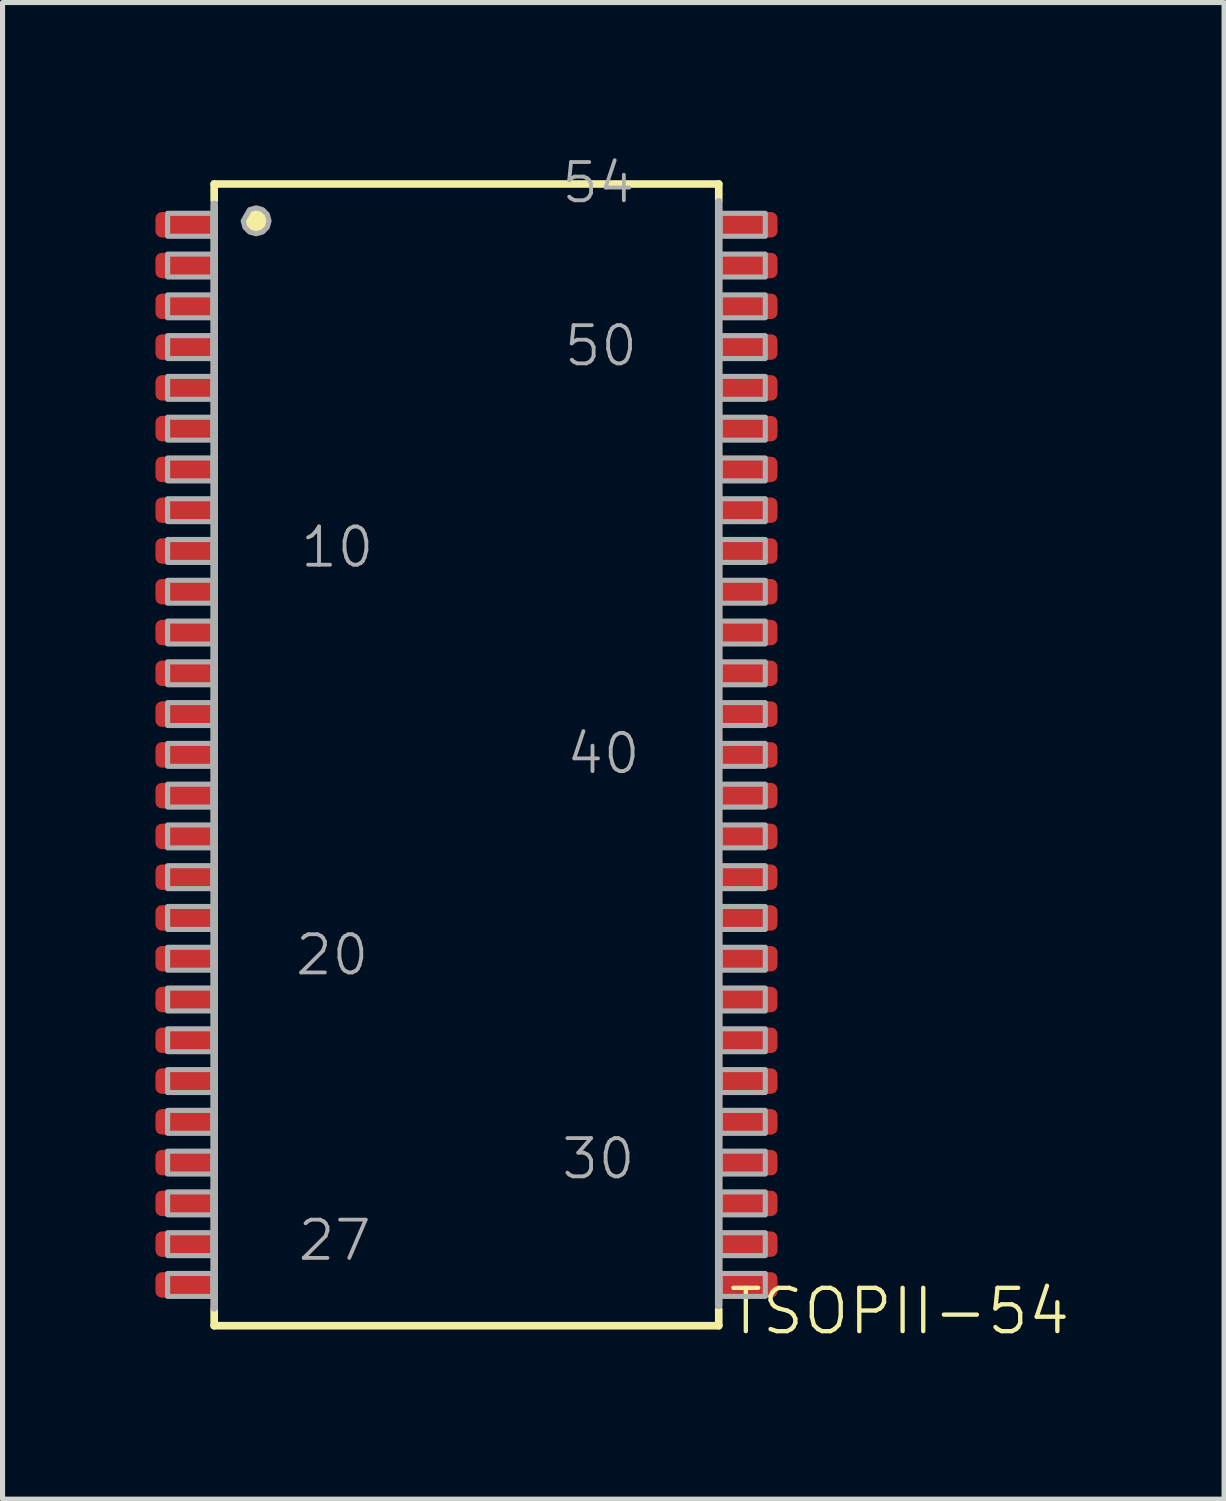
<source format=kicad_pcb>
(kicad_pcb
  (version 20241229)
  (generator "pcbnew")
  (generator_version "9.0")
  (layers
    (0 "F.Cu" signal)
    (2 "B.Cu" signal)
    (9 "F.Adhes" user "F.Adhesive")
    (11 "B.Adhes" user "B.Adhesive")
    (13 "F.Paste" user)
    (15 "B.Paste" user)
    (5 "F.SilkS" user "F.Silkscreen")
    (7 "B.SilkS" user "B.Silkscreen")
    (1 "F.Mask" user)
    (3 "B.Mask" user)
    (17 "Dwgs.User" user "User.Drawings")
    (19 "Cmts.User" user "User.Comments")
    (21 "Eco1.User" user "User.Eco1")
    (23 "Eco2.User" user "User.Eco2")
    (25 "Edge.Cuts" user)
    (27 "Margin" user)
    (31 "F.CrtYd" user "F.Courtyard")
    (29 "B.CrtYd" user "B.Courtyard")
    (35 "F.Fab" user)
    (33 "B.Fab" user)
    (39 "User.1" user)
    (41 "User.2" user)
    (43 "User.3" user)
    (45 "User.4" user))
  (footprint "TSOPII-54"
    (layer "F.Cu")
    (at 6.102 11.76)
    (property "Reference" "TSOPII-54" (at 5.101 11.415 180) (layer "F.SilkS") (effects (font (size 0.85 0.85) (thickness 0.085)) (justify left bottom)))
    (attr smd)
    (fp_line (start -4.95 -11.2) (end -4.95 -10.875) (stroke (width 0.15) (type solid)) (layer "F.SilkS"))
    (fp_line (start -4.95 11.2) (end -4.95 10.875) (stroke (width 0.15) (type solid)) (layer "F.SilkS"))
    (fp_line (start -4.95 11.2) (end 4.95 11.2) (stroke (width 0.15) (type solid)) (layer "F.SilkS"))
    (fp_line (start 4.95 -11.2) (end -4.95 -11.2) (stroke (width 0.15) (type solid)) (layer "F.SilkS"))
    (fp_line (start 4.95 -11.2) (end 4.95 -10.875) (stroke (width 0.15) (type solid)) (layer "F.SilkS"))
    (fp_line (start 4.95 11.2) (end 4.95 10.875) (stroke (width 0.15) (type solid)) (layer "F.SilkS"))
    (fp_poly (pts (xy -4.381 -10.477) (xy -4.347 -10.351) (xy -4.255 -10.258) (xy -4.128 -10.223) (xy -4 -10.258) (xy -3.908 -10.351) (xy -3.873 -10.477) (xy -3.908 -10.604) (xy -4 -10.697) (xy -4.128 -10.732) (xy -4.255 -10.697)) (stroke (width 0) (type solid)) (fill yes) (layer "F.SilkS"))
    (fp_line (start -4.95 -10.8) (end -4.95 10.85) (stroke (width 0.15) (type solid)) (layer "F.Fab"))
    (fp_line (start 4.95 10.8) (end 4.95 -10.85) (stroke (width 0.15) (type solid)) (layer "F.Fab"))
    (fp_poly (pts (xy -5.863 -10.625) (xy -5.863 -10.175) (xy -4.975 -10.175) (xy -4.975 -10.625)) (stroke (width 0.1) (type solid)) (fill no) (layer "F.Fab"))
    (fp_poly (pts (xy -5.863 -9.825) (xy -5.863 -9.375) (xy -4.975 -9.375) (xy -4.975 -9.825)) (stroke (width 0.1) (type solid)) (fill no) (layer "F.Fab"))
    (fp_poly (pts (xy -5.863 -9.025) (xy -5.863 -8.575) (xy -4.975 -8.575) (xy -4.975 -9.025)) (stroke (width 0.1) (type solid)) (fill no) (layer "F.Fab"))
    (fp_poly (pts (xy -5.863 -8.225) (xy -5.863 -7.775) (xy -4.975 -7.775) (xy -4.975 -8.225)) (stroke (width 0.1) (type solid)) (fill no) (layer "F.Fab"))
    (fp_poly (pts (xy -5.863 -7.425) (xy -5.863 -6.975) (xy -4.975 -6.975) (xy -4.975 -7.425)) (stroke (width 0.1) (type solid)) (fill no) (layer "F.Fab"))
    (fp_poly (pts (xy -5.863 -6.625) (xy -5.863 -6.175) (xy -4.975 -6.175) (xy -4.975 -6.625)) (stroke (width 0.1) (type solid)) (fill no) (layer "F.Fab"))
    (fp_poly (pts (xy -5.863 -5.825) (xy -5.863 -5.375) (xy -4.975 -5.375) (xy -4.975 -5.825)) (stroke (width 0.1) (type solid)) (fill no) (layer "F.Fab"))
    (fp_poly (pts (xy -5.863 -5.025) (xy -5.863 -4.575) (xy -4.975 -4.575) (xy -4.975 -5.025)) (stroke (width 0.1) (type solid)) (fill no) (layer "F.Fab"))
    (fp_poly (pts (xy -5.863 -4.225) (xy -5.863 -3.775) (xy -4.975 -3.775) (xy -4.975 -4.225)) (stroke (width 0.1) (type solid)) (fill no) (layer "F.Fab"))
    (fp_poly (pts (xy -5.863 -3.425) (xy -5.863 -2.975) (xy -4.975 -2.975) (xy -4.975 -3.425)) (stroke (width 0.1) (type solid)) (fill no) (layer "F.Fab"))
    (fp_poly (pts (xy -5.863 -2.625) (xy -5.863 -2.175) (xy -4.975 -2.175) (xy -4.975 -2.625)) (stroke (width 0.1) (type solid)) (fill no) (layer "F.Fab"))
    (fp_poly (pts (xy -5.863 -1.825) (xy -5.863 -1.375) (xy -4.975 -1.375) (xy -4.975 -1.825)) (stroke (width 0.1) (type solid)) (fill no) (layer "F.Fab"))
    (fp_poly (pts (xy -5.863 -1.025) (xy -5.863 -0.575) (xy -4.975 -0.575) (xy -4.975 -1.025)) (stroke (width 0.1) (type solid)) (fill no) (layer "F.Fab"))
    (fp_poly (pts (xy -5.863 -0.225) (xy -5.863 0.225) (xy -4.975 0.225) (xy -4.975 -0.225)) (stroke (width 0.1) (type solid)) (fill no) (layer "F.Fab"))
    (fp_poly (pts (xy -5.863 0.575) (xy -5.863 1.025) (xy -4.975 1.025) (xy -4.975 0.575)) (stroke (width 0.1) (type solid)) (fill no) (layer "F.Fab"))
    (fp_poly (pts (xy -5.863 1.375) (xy -5.863 1.825) (xy -4.975 1.825) (xy -4.975 1.375)) (stroke (width 0.1) (type solid)) (fill no) (layer "F.Fab"))
    (fp_poly (pts (xy -5.863 2.175) (xy -5.863 2.625) (xy -4.975 2.625) (xy -4.975 2.175)) (stroke (width 0.1) (type solid)) (fill no) (layer "F.Fab"))
    (fp_poly (pts (xy -5.863 2.975) (xy -5.863 3.425) (xy -4.975 3.425) (xy -4.975 2.975)) (stroke (width 0.1) (type solid)) (fill no) (layer "F.Fab"))
    (fp_poly (pts (xy -5.863 3.775) (xy -5.863 4.225) (xy -4.975 4.225) (xy -4.975 3.775)) (stroke (width 0.1) (type solid)) (fill no) (layer "F.Fab"))
    (fp_poly (pts (xy -5.863 4.575) (xy -5.863 5.025) (xy -4.975 5.025) (xy -4.975 4.575)) (stroke (width 0.1) (type solid)) (fill no) (layer "F.Fab"))
    (fp_poly (pts (xy -5.863 5.375) (xy -5.863 5.825) (xy -4.975 5.825) (xy -4.975 5.375)) (stroke (width 0.1) (type solid)) (fill no) (layer "F.Fab"))
    (fp_poly (pts (xy -5.863 6.175) (xy -5.863 6.625) (xy -4.975 6.625) (xy -4.975 6.175)) (stroke (width 0.1) (type solid)) (fill no) (layer "F.Fab"))
    (fp_poly (pts (xy -5.863 6.975) (xy -5.863 7.425) (xy -4.975 7.425) (xy -4.975 6.975)) (stroke (width 0.1) (type solid)) (fill no) (layer "F.Fab"))
    (fp_poly (pts (xy -5.863 7.775) (xy -5.863 8.225) (xy -4.975 8.225) (xy -4.975 7.775)) (stroke (width 0.1) (type solid)) (fill no) (layer "F.Fab"))
    (fp_poly (pts (xy -5.863 8.575) (xy -5.863 9.025) (xy -4.975 9.025) (xy -4.975 8.575)) (stroke (width 0.1) (type solid)) (fill no) (layer "F.Fab"))
    (fp_poly (pts (xy -5.863 9.375) (xy -5.863 9.825) (xy -4.975 9.825) (xy -4.975 9.375)) (stroke (width 0.1) (type solid)) (fill no) (layer "F.Fab"))
    (fp_poly (pts (xy -5.863 10.175) (xy -5.863 10.625) (xy -4.975 10.625) (xy -4.975 10.175)) (stroke (width 0.1) (type solid)) (fill no) (layer "F.Fab"))
    (fp_poly (pts (xy 5.863 -10.175) (xy 5.863 -10.625) (xy 4.975 -10.625) (xy 4.975 -10.175)) (stroke (width 0.1) (type solid)) (fill no) (layer "F.Fab"))
    (fp_poly (pts (xy 5.863 -9.375) (xy 5.863 -9.825) (xy 4.975 -9.825) (xy 4.975 -9.375)) (stroke (width 0.1) (type solid)) (fill no) (layer "F.Fab"))
    (fp_poly (pts (xy 5.863 -8.575) (xy 5.863 -9.025) (xy 4.975 -9.025) (xy 4.975 -8.575)) (stroke (width 0.1) (type solid)) (fill no) (layer "F.Fab"))
    (fp_poly (pts (xy 5.863 -7.775) (xy 5.863 -8.225) (xy 4.975 -8.225) (xy 4.975 -7.775)) (stroke (width 0.1) (type solid)) (fill no) (layer "F.Fab"))
    (fp_poly (pts (xy 5.863 -6.975) (xy 5.863 -7.425) (xy 4.975 -7.425) (xy 4.975 -6.975)) (stroke (width 0.1) (type solid)) (fill no) (layer "F.Fab"))
    (fp_poly (pts (xy 5.863 -6.175) (xy 5.863 -6.625) (xy 4.975 -6.625) (xy 4.975 -6.175)) (stroke (width 0.1) (type solid)) (fill no) (layer "F.Fab"))
    (fp_poly (pts (xy 5.863 -5.375) (xy 5.863 -5.825) (xy 4.975 -5.825) (xy 4.975 -5.375)) (stroke (width 0.1) (type solid)) (fill no) (layer "F.Fab"))
    (fp_poly (pts (xy 5.863 -4.575) (xy 5.863 -5.025) (xy 4.975 -5.025) (xy 4.975 -4.575)) (stroke (width 0.1) (type solid)) (fill no) (layer "F.Fab"))
    (fp_poly (pts (xy 5.863 -3.775) (xy 5.863 -4.225) (xy 4.975 -4.225) (xy 4.975 -3.775)) (stroke (width 0.1) (type solid)) (fill no) (layer "F.Fab"))
    (fp_poly (pts (xy 5.863 -2.975) (xy 5.863 -3.425) (xy 4.975 -3.425) (xy 4.975 -2.975)) (stroke (width 0.1) (type solid)) (fill no) (layer "F.Fab"))
    (fp_poly (pts (xy 5.863 -2.175) (xy 5.863 -2.625) (xy 4.975 -2.625) (xy 4.975 -2.175)) (stroke (width 0.1) (type solid)) (fill no) (layer "F.Fab"))
    (fp_poly (pts (xy 5.863 -1.375) (xy 5.863 -1.825) (xy 4.975 -1.825) (xy 4.975 -1.375)) (stroke (width 0.1) (type solid)) (fill no) (layer "F.Fab"))
    (fp_poly (pts (xy 5.863 -0.575) (xy 5.863 -1.025) (xy 4.975 -1.025) (xy 4.975 -0.575)) (stroke (width 0.1) (type solid)) (fill no) (layer "F.Fab"))
    (fp_poly (pts (xy 5.863 0.225) (xy 5.863 -0.225) (xy 4.975 -0.225) (xy 4.975 0.225)) (stroke (width 0.1) (type solid)) (fill no) (layer "F.Fab"))
    (fp_poly (pts (xy 5.863 1.025) (xy 5.863 0.575) (xy 4.975 0.575) (xy 4.975 1.025)) (stroke (width 0.1) (type solid)) (fill no) (layer "F.Fab"))
    (fp_poly (pts (xy 5.863 1.825) (xy 5.863 1.375) (xy 4.975 1.375) (xy 4.975 1.825)) (stroke (width 0.1) (type solid)) (fill no) (layer "F.Fab"))
    (fp_poly (pts (xy 5.863 2.625) (xy 5.863 2.175) (xy 4.975 2.175) (xy 4.975 2.625)) (stroke (width 0.1) (type solid)) (fill no) (layer "F.Fab"))
    (fp_poly (pts (xy 5.863 3.425) (xy 5.863 2.975) (xy 4.975 2.975) (xy 4.975 3.425)) (stroke (width 0.1) (type solid)) (fill no) (layer "F.Fab"))
    (fp_poly (pts (xy 5.863 4.225) (xy 5.863 3.775) (xy 4.975 3.775) (xy 4.975 4.225)) (stroke (width 0.1) (type solid)) (fill no) (layer "F.Fab"))
    (fp_poly (pts (xy 5.863 5.025) (xy 5.863 4.575) (xy 4.975 4.575) (xy 4.975 5.025)) (stroke (width 0.1) (type solid)) (fill no) (layer "F.Fab"))
    (fp_poly (pts (xy 5.863 5.825) (xy 5.863 5.375) (xy 4.975 5.375) (xy 4.975 5.825)) (stroke (width 0.1) (type solid)) (fill no) (layer "F.Fab"))
    (fp_poly (pts (xy 5.863 6.625) (xy 5.863 6.175) (xy 4.975 6.175) (xy 4.975 6.625)) (stroke (width 0.1) (type solid)) (fill no) (layer "F.Fab"))
    (fp_poly (pts (xy 5.863 7.425) (xy 5.863 6.975) (xy 4.975 6.975) (xy 4.975 7.425)) (stroke (width 0.1) (type solid)) (fill no) (layer "F.Fab"))
    (fp_poly (pts (xy 5.863 8.225) (xy 5.863 7.775) (xy 4.975 7.775) (xy 4.975 8.225)) (stroke (width 0.1) (type solid)) (fill no) (layer "F.Fab"))
    (fp_poly (pts (xy 5.863 9.025) (xy 5.863 8.575) (xy 4.975 8.575) (xy 4.975 9.025)) (stroke (width 0.1) (type solid)) (fill no) (layer "F.Fab"))
    (fp_poly (pts (xy 5.863 9.825) (xy 5.863 9.375) (xy 4.975 9.375) (xy 4.975 9.825)) (stroke (width 0.1) (type solid)) (fill no) (layer "F.Fab"))
    (fp_poly (pts (xy 5.863 10.625) (xy 5.863 10.175) (xy 4.975 10.175) (xy 4.975 10.625)) (stroke (width 0.1) (type solid)) (fill no) (layer "F.Fab"))
    (fp_poly (pts (xy -4.381 -10.477) (xy -4.347 -10.351) (xy -4.255 -10.258) (xy -4.128 -10.223) (xy -4 -10.258) (xy -3.908 -10.351) (xy -3.873 -10.477) (xy -3.908 -10.604) (xy -4 -10.697) (xy -4.128 -10.732) (xy -4.255 -10.697)) (stroke (width 0.1) (type solid)) (fill no) (layer "F.Fab"))
    (fp_text user "40" (at 3.451 0.415 180) (layer "F.Fab") (effects (font (size 0.75 0.75) (thickness 0.075)) (justify right bottom)))
    (fp_text user "10" (at -3.299 -3.635 0) (layer "F.Fab") (effects (font (size 0.75 0.75) (thickness 0.075)) (justify left bottom)))
    (fp_text user "54" (at 3.351 -10.785 180) (layer "F.Fab") (effects (font (size 0.75 0.75) (thickness 0.075)) (justify right bottom)))
    (fp_text user "20" (at -3.399 4.365 0) (layer "F.Fab") (effects (font (size 0.75 0.75) (thickness 0.075)) (justify left bottom)))
    (fp_text user "30" (at 3.351 8.365 0) (layer "F.Fab") (effects (font (size 0.75 0.75) (thickness 0.075)) (justify right bottom)))
    (fp_text user "27" (at -3.349 9.965 0) (layer "F.Fab") (effects (font (size 0.75 0.75) (thickness 0.075)) (justify left bottom)))
    (fp_text user "50" (at 3.401 -7.585 180) (layer "F.Fab") (effects (font (size 0.75 0.75) (thickness 0.075)) (justify right bottom)))
    (pad "1" smd roundrect (at -5.502 -10.4 270) (size 0.5 1.2) (layers "F.Cu" "F.Mask" "F.Paste") (roundrect_rratio 0.25))
    (pad "2" smd roundrect (at -5.502 -9.6 270) (size 0.5 1.2) (layers "F.Cu" "F.Mask" "F.Paste") (roundrect_rratio 0.25))
    (pad "3" smd roundrect (at -5.502 -8.8 270) (size 0.5 1.2) (layers "F.Cu" "F.Mask" "F.Paste") (roundrect_rratio 0.25))
    (pad "4" smd roundrect (at -5.502 -8 270) (size 0.5 1.2) (layers "F.Cu" "F.Mask" "F.Paste") (roundrect_rratio 0.25))
    (pad "5" smd roundrect (at -5.502 -7.2 270) (size 0.5 1.2) (layers "F.Cu" "F.Mask" "F.Paste") (roundrect_rratio 0.25))
    (pad "6" smd roundrect (at -5.502 -6.4 270) (size 0.5 1.2) (layers "F.Cu" "F.Mask" "F.Paste") (roundrect_rratio 0.25))
    (pad "7" smd roundrect (at -5.502 -5.6 270) (size 0.5 1.2) (layers "F.Cu" "F.Mask" "F.Paste") (roundrect_rratio 0.25))
    (pad "8" smd roundrect (at -5.502 -4.8 270) (size 0.5 1.2) (layers "F.Cu" "F.Mask" "F.Paste") (roundrect_rratio 0.25))
    (pad "9" smd roundrect (at -5.502 -4 270) (size 0.5 1.2) (layers "F.Cu" "F.Mask" "F.Paste") (roundrect_rratio 0.25))
    (pad "10" smd roundrect (at -5.502 -3.2 270) (size 0.5 1.2) (layers "F.Cu" "F.Mask" "F.Paste") (roundrect_rratio 0.25))
    (pad "11" smd roundrect (at -5.502 -2.4 270) (size 0.5 1.2) (layers "F.Cu" "F.Mask" "F.Paste") (roundrect_rratio 0.25))
    (pad "12" smd roundrect (at -5.502 -1.6 270) (size 0.5 1.2) (layers "F.Cu" "F.Mask" "F.Paste") (roundrect_rratio 0.25))
    (pad "13" smd roundrect (at -5.502 -0.8 270) (size 0.5 1.2) (layers "F.Cu" "F.Mask" "F.Paste") (roundrect_rratio 0.25))
    (pad "14" smd roundrect (at -5.502 0 270) (size 0.5 1.2) (layers "F.Cu" "F.Mask" "F.Paste") (roundrect_rratio 0.25))
    (pad "15" smd roundrect (at -5.502 0.8 270) (size 0.5 1.2) (layers "F.Cu" "F.Mask" "F.Paste") (roundrect_rratio 0.25))
    (pad "16" smd roundrect (at -5.502 1.6 270) (size 0.5 1.2) (layers "F.Cu" "F.Mask" "F.Paste") (roundrect_rratio 0.25))
    (pad "17" smd roundrect (at -5.502 2.4 270) (size 0.5 1.2) (layers "F.Cu" "F.Mask" "F.Paste") (roundrect_rratio 0.25))
    (pad "18" smd roundrect (at -5.502 3.2 270) (size 0.5 1.2) (layers "F.Cu" "F.Mask" "F.Paste") (roundrect_rratio 0.25))
    (pad "19" smd roundrect (at -5.502 4 270) (size 0.5 1.2) (layers "F.Cu" "F.Mask" "F.Paste") (roundrect_rratio 0.25))
    (pad "20" smd roundrect (at -5.502 4.8 270) (size 0.5 1.2) (layers "F.Cu" "F.Mask" "F.Paste") (roundrect_rratio 0.25))
    (pad "21" smd roundrect (at -5.502 5.6 270) (size 0.5 1.2) (layers "F.Cu" "F.Mask" "F.Paste") (roundrect_rratio 0.25))
    (pad "22" smd roundrect (at -5.502 6.4 270) (size 0.5 1.2) (layers "F.Cu" "F.Mask" "F.Paste") (roundrect_rratio 0.25))
    (pad "23" smd roundrect (at -5.502 7.2 270) (size 0.5 1.2) (layers "F.Cu" "F.Mask" "F.Paste") (roundrect_rratio 0.25))
    (pad "24" smd roundrect (at -5.502 8 270) (size 0.5 1.2) (layers "F.Cu" "F.Mask" "F.Paste") (roundrect_rratio 0.25))
    (pad "25" smd roundrect (at -5.502 8.8 270) (size 0.5 1.2) (layers "F.Cu" "F.Mask" "F.Paste") (roundrect_rratio 0.25))
    (pad "26" smd roundrect (at -5.502 9.6 270) (size 0.5 1.2) (layers "F.Cu" "F.Mask" "F.Paste") (roundrect_rratio 0.25))
    (pad "27" smd roundrect (at -5.502 10.4 270) (size 0.5 1.2) (layers "F.Cu" "F.Mask" "F.Paste") (roundrect_rratio 0.25))
    (pad "28" smd roundrect (at 5.502 10.4 90) (size 0.5 1.2) (layers "F.Cu" "F.Mask" "F.Paste") (roundrect_rratio 0.25))
    (pad "29" smd roundrect (at 5.502 9.6 90) (size 0.5 1.2) (layers "F.Cu" "F.Mask" "F.Paste") (roundrect_rratio 0.25))
    (pad "30" smd roundrect (at 5.502 8.8 90) (size 0.5 1.2) (layers "F.Cu" "F.Mask" "F.Paste") (roundrect_rratio 0.25))
    (pad "31" smd roundrect (at 5.502 8 90) (size 0.5 1.2) (layers "F.Cu" "F.Mask" "F.Paste") (roundrect_rratio 0.25))
    (pad "32" smd roundrect (at 5.502 7.2 90) (size 0.5 1.2) (layers "F.Cu" "F.Mask" "F.Paste") (roundrect_rratio 0.25))
    (pad "33" smd roundrect (at 5.502 6.4 90) (size 0.5 1.2) (layers "F.Cu" "F.Mask" "F.Paste") (roundrect_rratio 0.25))
    (pad "34" smd roundrect (at 5.502 5.6 90) (size 0.5 1.2) (layers "F.Cu" "F.Mask" "F.Paste") (roundrect_rratio 0.25))
    (pad "35" smd roundrect (at 5.502 4.8 90) (size 0.5 1.2) (layers "F.Cu" "F.Mask" "F.Paste") (roundrect_rratio 0.25))
    (pad "36" smd roundrect (at 5.502 4 90) (size 0.5 1.2) (layers "F.Cu" "F.Mask" "F.Paste") (roundrect_rratio 0.25))
    (pad "37" smd roundrect (at 5.502 3.2 90) (size 0.5 1.2) (layers "F.Cu" "F.Mask" "F.Paste") (roundrect_rratio 0.25))
    (pad "38" smd roundrect (at 5.502 2.4 90) (size 0.5 1.2) (layers "F.Cu" "F.Mask" "F.Paste") (roundrect_rratio 0.25))
    (pad "39" smd roundrect (at 5.502 1.6 90) (size 0.5 1.2) (layers "F.Cu" "F.Mask" "F.Paste") (roundrect_rratio 0.25))
    (pad "40" smd roundrect (at 5.502 0.8 90) (size 0.5 1.2) (layers "F.Cu" "F.Mask" "F.Paste") (roundrect_rratio 0.25))
    (pad "41" smd roundrect (at 5.502 0 90) (size 0.5 1.2) (layers "F.Cu" "F.Mask" "F.Paste") (roundrect_rratio 0.25))
    (pad "42" smd roundrect (at 5.502 -0.8 90) (size 0.5 1.2) (layers "F.Cu" "F.Mask" "F.Paste") (roundrect_rratio 0.25))
    (pad "43" smd roundrect (at 5.502 -1.6 90) (size 0.5 1.2) (layers "F.Cu" "F.Mask" "F.Paste") (roundrect_rratio 0.25))
    (pad "44" smd roundrect (at 5.502 -2.4 90) (size 0.5 1.2) (layers "F.Cu" "F.Mask" "F.Paste") (roundrect_rratio 0.25))
    (pad "45" smd roundrect (at 5.502 -3.2 90) (size 0.5 1.2) (layers "F.Cu" "F.Mask" "F.Paste") (roundrect_rratio 0.25))
    (pad "46" smd roundrect (at 5.502 -4 90) (size 0.5 1.2) (layers "F.Cu" "F.Mask" "F.Paste") (roundrect_rratio 0.25))
    (pad "47" smd roundrect (at 5.502 -4.8 90) (size 0.5 1.2) (layers "F.Cu" "F.Mask" "F.Paste") (roundrect_rratio 0.25))
    (pad "48" smd roundrect (at 5.502 -5.6 90) (size 0.5 1.2) (layers "F.Cu" "F.Mask" "F.Paste") (roundrect_rratio 0.25))
    (pad "49" smd roundrect (at 5.502 -6.4 90) (size 0.5 1.2) (layers "F.Cu" "F.Mask" "F.Paste") (roundrect_rratio 0.25))
    (pad "50" smd roundrect (at 5.502 -7.2 90) (size 0.5 1.2) (layers "F.Cu" "F.Mask" "F.Paste") (roundrect_rratio 0.25))
    (pad "51" smd roundrect (at 5.502 -8 90) (size 0.5 1.2) (layers "F.Cu" "F.Mask" "F.Paste") (roundrect_rratio 0.25))
    (pad "52" smd roundrect (at 5.502 -8.8 90) (size 0.5 1.2) (layers "F.Cu" "F.Mask" "F.Paste") (roundrect_rratio 0.25))
    (pad "53" smd roundrect (at 5.502 -9.6 90) (size 0.5 1.2) (layers "F.Cu" "F.Mask" "F.Paste") (roundrect_rratio 0.25))
    (pad "54" smd roundrect (at 5.502 -10.4 90) (size 0.5 1.2) (layers "F.Cu" "F.Mask" "F.Paste") (roundrect_rratio 0.25)))
  (gr_rect
    (start -3 -3)
    (end 20.966 26.363)
    (stroke (width 0.1) (type default))
    (fill no)
    (layer "Edge.Cuts")))
</source>
